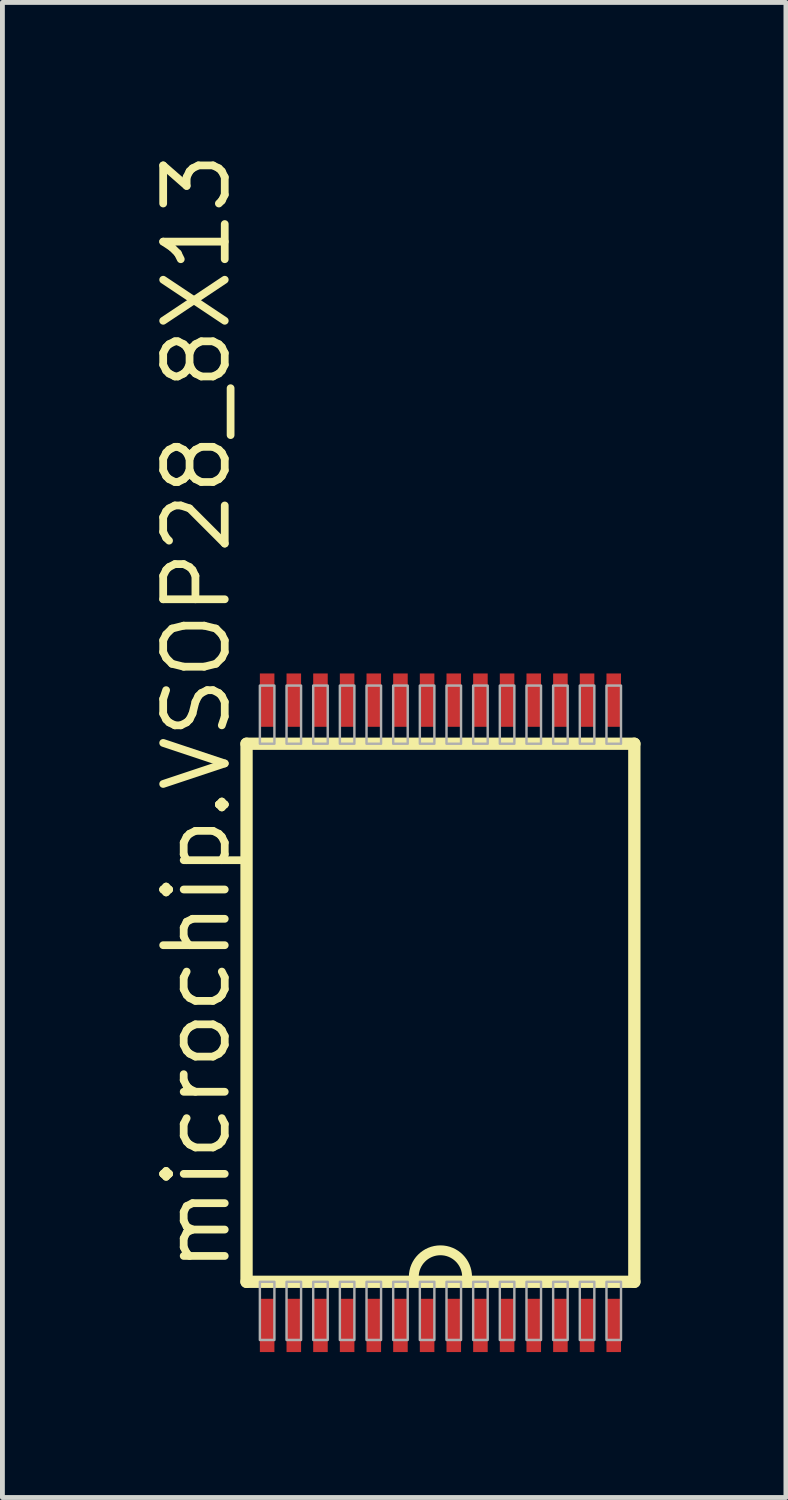
<source format=kicad_pcb>
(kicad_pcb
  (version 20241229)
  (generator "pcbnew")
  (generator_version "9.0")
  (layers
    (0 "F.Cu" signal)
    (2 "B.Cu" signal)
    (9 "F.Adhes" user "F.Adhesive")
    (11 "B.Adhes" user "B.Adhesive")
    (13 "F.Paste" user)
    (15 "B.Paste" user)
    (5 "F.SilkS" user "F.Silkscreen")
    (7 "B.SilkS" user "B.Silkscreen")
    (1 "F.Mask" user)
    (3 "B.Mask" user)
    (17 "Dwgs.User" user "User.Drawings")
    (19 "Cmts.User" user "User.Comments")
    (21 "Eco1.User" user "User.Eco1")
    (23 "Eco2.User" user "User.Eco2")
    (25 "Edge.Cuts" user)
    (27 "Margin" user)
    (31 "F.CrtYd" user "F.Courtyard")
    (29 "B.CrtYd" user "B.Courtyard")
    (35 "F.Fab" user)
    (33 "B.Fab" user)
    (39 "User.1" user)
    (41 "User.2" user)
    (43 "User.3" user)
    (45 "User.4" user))
  (footprint "microchip.VSOP28_8X13"
    (layer "F.Cu")
    (at 6.036 17.843)
    (property "Reference" "microchip.VSOP28_8X13" (at -4.286 5.424 90) (layer "F.SilkS") (effects (font (size 1.27 1.27) (thickness 0.16)) (justify left bottom)))
    (attr smd)
    (fp_line (start -4 -5.55) (end 4 -5.55) (stroke (width 0.254) (type default)) (layer "F.SilkS"))
    (fp_line (start -4 5.55) (end -4 -5.55) (stroke (width 0.254) (type default)) (layer "F.SilkS"))
    (fp_line (start 4 -5.55) (end 4 5.55) (stroke (width 0.254) (type default)) (layer "F.SilkS"))
    (fp_line (start 4 5.55) (end -4 5.55) (stroke (width 0.254) (type default)) (layer "F.SilkS"))
    (fp_arc (start -0.55 5.45) (mid 0 4.9) (end 0.55 5.45) (stroke (width 0.2032) (type default)) (layer "F.SilkS"))
    (fp_rect (start -3.725 -5.55) (end -3.425 -6.75) (stroke (width 0.05) (type default)) (fill no) (layer "F.Fab"))
    (fp_rect (start -3.725 6.75) (end -3.425 5.55) (stroke (width 0.05) (type default)) (fill no) (layer "F.Fab"))
    (fp_rect (start -3.175 -5.55) (end -2.875 -6.75) (stroke (width 0.05) (type default)) (fill no) (layer "F.Fab"))
    (fp_rect (start -3.175 6.75) (end -2.875 5.55) (stroke (width 0.05) (type default)) (fill no) (layer "F.Fab"))
    (fp_rect (start -2.625 -5.55) (end -2.325 -6.75) (stroke (width 0.05) (type default)) (fill no) (layer "F.Fab"))
    (fp_rect (start -2.625 6.75) (end -2.325 5.55) (stroke (width 0.05) (type default)) (fill no) (layer "F.Fab"))
    (fp_rect (start -2.075 -5.55) (end -1.775 -6.75) (stroke (width 0.05) (type default)) (fill no) (layer "F.Fab"))
    (fp_rect (start -2.075 6.75) (end -1.775 5.55) (stroke (width 0.05) (type default)) (fill no) (layer "F.Fab"))
    (fp_rect (start -1.525 -5.55) (end -1.225 -6.75) (stroke (width 0.05) (type default)) (fill no) (layer "F.Fab"))
    (fp_rect (start -1.525 6.75) (end -1.225 5.55) (stroke (width 0.05) (type default)) (fill no) (layer "F.Fab"))
    (fp_rect (start -0.975 -5.55) (end -0.675 -6.75) (stroke (width 0.05) (type default)) (fill no) (layer "F.Fab"))
    (fp_rect (start -0.975 6.75) (end -0.675 5.55) (stroke (width 0.05) (type default)) (fill no) (layer "F.Fab"))
    (fp_rect (start -0.425 -5.55) (end -0.125 -6.75) (stroke (width 0.05) (type default)) (fill no) (layer "F.Fab"))
    (fp_rect (start -0.425 6.75) (end -0.125 5.55) (stroke (width 0.05) (type default)) (fill no) (layer "F.Fab"))
    (fp_rect (start 0.125 -5.55) (end 0.425 -6.75) (stroke (width 0.05) (type default)) (fill no) (layer "F.Fab"))
    (fp_rect (start 0.125 6.75) (end 0.425 5.55) (stroke (width 0.05) (type default)) (fill no) (layer "F.Fab"))
    (fp_rect (start 0.675 -5.55) (end 0.975 -6.75) (stroke (width 0.05) (type default)) (fill no) (layer "F.Fab"))
    (fp_rect (start 0.675 6.75) (end 0.975 5.55) (stroke (width 0.05) (type default)) (fill no) (layer "F.Fab"))
    (fp_rect (start 1.225 -5.55) (end 1.525 -6.75) (stroke (width 0.05) (type default)) (fill no) (layer "F.Fab"))
    (fp_rect (start 1.225 6.75) (end 1.525 5.55) (stroke (width 0.05) (type default)) (fill no) (layer "F.Fab"))
    (fp_rect (start 1.775 -5.55) (end 2.075 -6.75) (stroke (width 0.05) (type default)) (fill no) (layer "F.Fab"))
    (fp_rect (start 1.775 6.75) (end 2.075 5.55) (stroke (width 0.05) (type default)) (fill no) (layer "F.Fab"))
    (fp_rect (start 2.325 -5.55) (end 2.625 -6.75) (stroke (width 0.05) (type default)) (fill no) (layer "F.Fab"))
    (fp_rect (start 2.325 6.75) (end 2.625 5.55) (stroke (width 0.05) (type default)) (fill no) (layer "F.Fab"))
    (fp_rect (start 2.875 -5.55) (end 3.175 -6.75) (stroke (width 0.05) (type default)) (fill no) (layer "F.Fab"))
    (fp_rect (start 2.875 6.75) (end 3.175 5.55) (stroke (width 0.05) (type default)) (fill no) (layer "F.Fab"))
    (fp_rect (start 3.425 -5.55) (end 3.725 -6.75) (stroke (width 0.05) (type default)) (fill no) (layer "F.Fab"))
    (fp_rect (start 3.425 6.75) (end 3.725 5.55) (stroke (width 0.05) (type default)) (fill no) (layer "F.Fab"))
    (pad "1" smd roundrect (at 0.275 6.45) (size 0.3 1.1) (layers "F.Cu" "F.Mask" "F.Paste") (roundrect_rratio 0.01))
    (pad "2" smd roundrect (at 0.825 6.45) (size 0.3 1.1) (layers "F.Cu" "F.Mask" "F.Paste") (roundrect_rratio 0.01))
    (pad "3" smd roundrect (at 1.375 6.45) (size 0.3 1.1) (layers "F.Cu" "F.Mask" "F.Paste") (roundrect_rratio 0.01))
    (pad "4" smd roundrect (at 1.925 6.45) (size 0.3 1.1) (layers "F.Cu" "F.Mask" "F.Paste") (roundrect_rratio 0.01))
    (pad "5" smd roundrect (at 2.475 6.45) (size 0.3 1.1) (layers "F.Cu" "F.Mask" "F.Paste") (roundrect_rratio 0.01))
    (pad "6" smd roundrect (at 3.025 6.45) (size 0.3 1.1) (layers "F.Cu" "F.Mask" "F.Paste") (roundrect_rratio 0.01))
    (pad "7" smd roundrect (at 3.575 6.45) (size 0.3 1.1) (layers "F.Cu" "F.Mask" "F.Paste") (roundrect_rratio 0.01))
    (pad "8" smd roundrect (at 3.575 -6.45) (size 0.3 1.1) (layers "F.Cu" "F.Mask" "F.Paste") (roundrect_rratio 0.01))
    (pad "9" smd roundrect (at 3.025 -6.45) (size 0.3 1.1) (layers "F.Cu" "F.Mask" "F.Paste") (roundrect_rratio 0.01))
    (pad "10" smd roundrect (at 2.475 -6.45) (size 0.3 1.1) (layers "F.Cu" "F.Mask" "F.Paste") (roundrect_rratio 0.01))
    (pad "11" smd roundrect (at 1.925 -6.45) (size 0.3 1.1) (layers "F.Cu" "F.Mask" "F.Paste") (roundrect_rratio 0.01))
    (pad "12" smd roundrect (at 1.375 -6.45) (size 0.3 1.1) (layers "F.Cu" "F.Mask" "F.Paste") (roundrect_rratio 0.01))
    (pad "13" smd roundrect (at 0.825 -6.45) (size 0.3 1.1) (layers "F.Cu" "F.Mask" "F.Paste") (roundrect_rratio 0.01))
    (pad "14" smd roundrect (at 0.275 -6.45) (size 0.3 1.1) (layers "F.Cu" "F.Mask" "F.Paste") (roundrect_rratio 0.01))
    (pad "15" smd roundrect (at -0.275 -6.45) (size 0.3 1.1) (layers "F.Cu" "F.Mask" "F.Paste") (roundrect_rratio 0.01))
    (pad "16" smd roundrect (at -0.825 -6.45) (size 0.3 1.1) (layers "F.Cu" "F.Mask" "F.Paste") (roundrect_rratio 0.01))
    (pad "17" smd roundrect (at -1.375 -6.45) (size 0.3 1.1) (layers "F.Cu" "F.Mask" "F.Paste") (roundrect_rratio 0.01))
    (pad "18" smd roundrect (at -1.925 -6.45) (size 0.3 1.1) (layers "F.Cu" "F.Mask" "F.Paste") (roundrect_rratio 0.01))
    (pad "19" smd roundrect (at -2.475 -6.45) (size 0.3 1.1) (layers "F.Cu" "F.Mask" "F.Paste") (roundrect_rratio 0.01))
    (pad "20" smd roundrect (at -3.025 -6.45) (size 0.3 1.1) (layers "F.Cu" "F.Mask" "F.Paste") (roundrect_rratio 0.01))
    (pad "21" smd roundrect (at -3.575 -6.45) (size 0.3 1.1) (layers "F.Cu" "F.Mask" "F.Paste") (roundrect_rratio 0.01))
    (pad "22" smd roundrect (at -3.575 6.45) (size 0.3 1.1) (layers "F.Cu" "F.Mask" "F.Paste") (roundrect_rratio 0.01))
    (pad "23" smd roundrect (at -3.025 6.45) (size 0.3 1.1) (layers "F.Cu" "F.Mask" "F.Paste") (roundrect_rratio 0.01))
    (pad "24" smd roundrect (at -2.475 6.45) (size 0.3 1.1) (layers "F.Cu" "F.Mask" "F.Paste") (roundrect_rratio 0.01))
    (pad "25" smd roundrect (at -1.925 6.45) (size 0.3 1.1) (layers "F.Cu" "F.Mask" "F.Paste") (roundrect_rratio 0.01))
    (pad "26" smd roundrect (at -1.375 6.45) (size 0.3 1.1) (layers "F.Cu" "F.Mask" "F.Paste") (roundrect_rratio 0.01))
    (pad "27" smd roundrect (at -0.825 6.45) (size 0.3 1.1) (layers "F.Cu" "F.Mask" "F.Paste") (roundrect_rratio 0.01))
    (pad "28" smd roundrect (at -0.275 6.45) (size 0.3 1.1) (layers "F.Cu" "F.Mask" "F.Paste") (roundrect_rratio 0.01)))
  (gr_rect
    (start -3 -3)
    (end 13.163 27.843)
    (stroke (width 0.1) (type default))
    (fill no)
    (layer "Edge.Cuts")))
</source>
